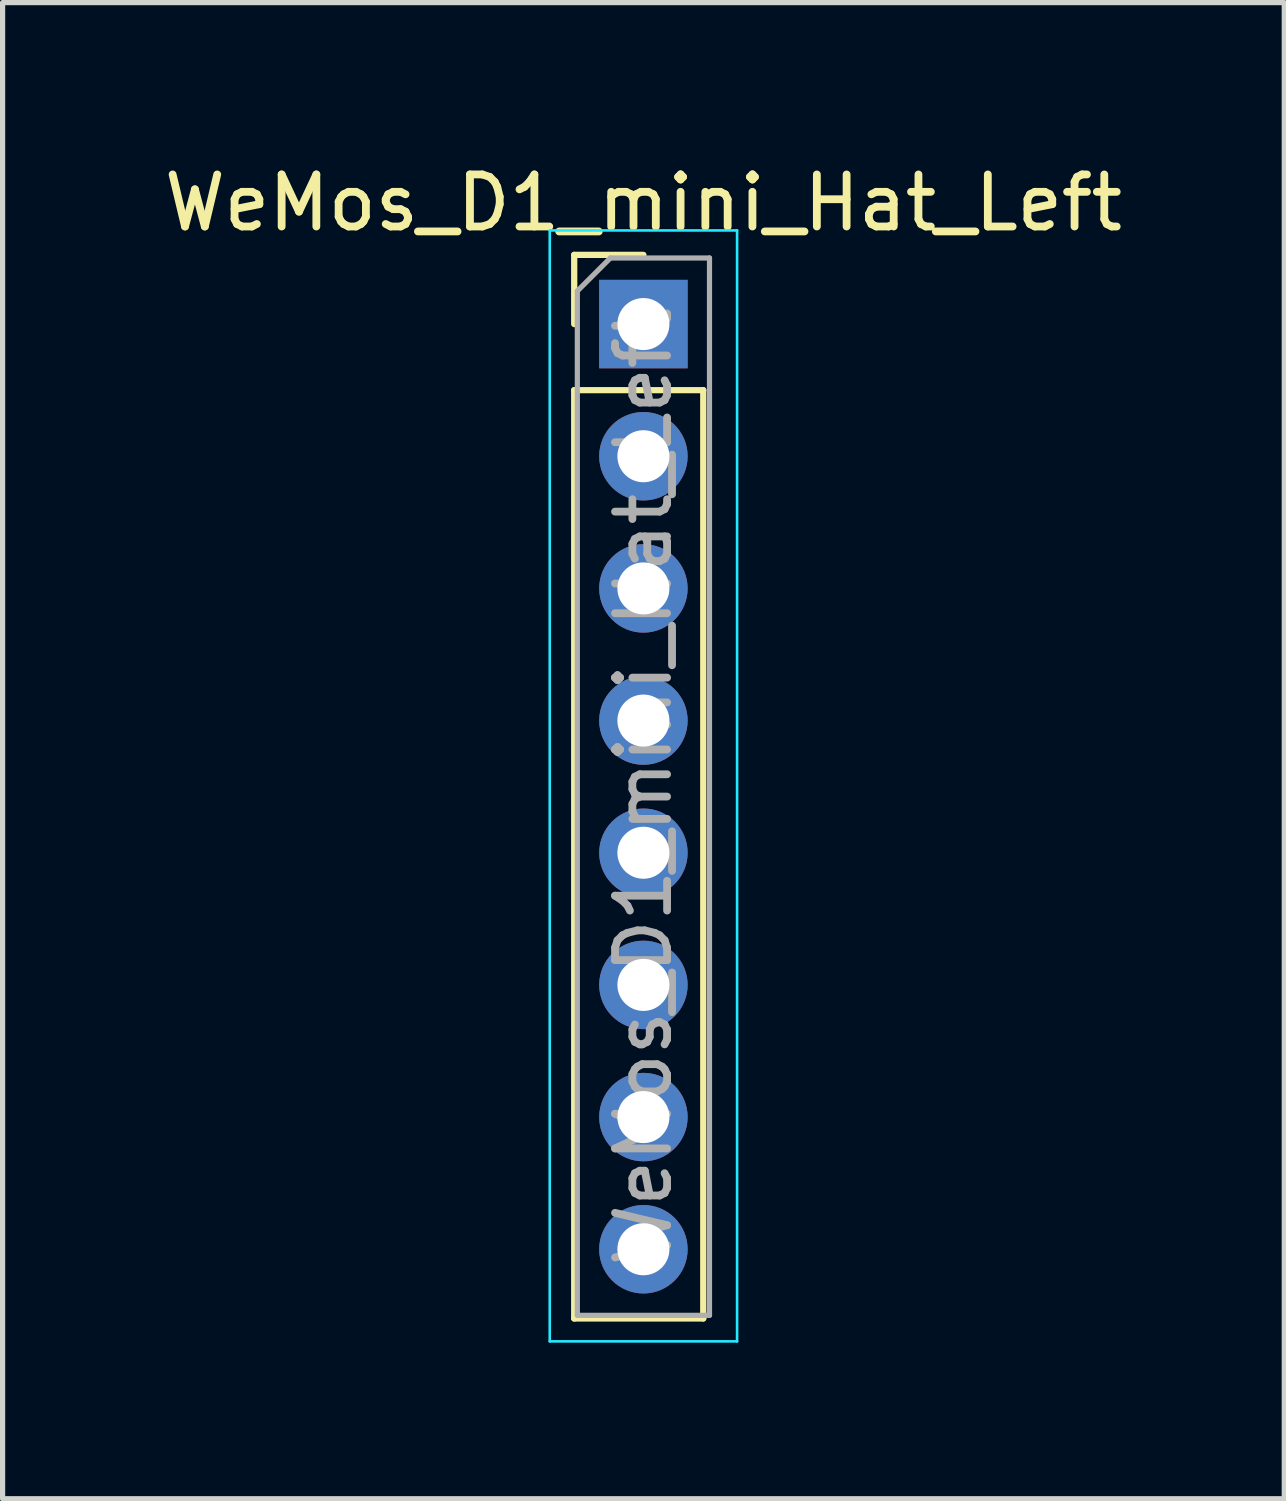
<source format=kicad_pcb>
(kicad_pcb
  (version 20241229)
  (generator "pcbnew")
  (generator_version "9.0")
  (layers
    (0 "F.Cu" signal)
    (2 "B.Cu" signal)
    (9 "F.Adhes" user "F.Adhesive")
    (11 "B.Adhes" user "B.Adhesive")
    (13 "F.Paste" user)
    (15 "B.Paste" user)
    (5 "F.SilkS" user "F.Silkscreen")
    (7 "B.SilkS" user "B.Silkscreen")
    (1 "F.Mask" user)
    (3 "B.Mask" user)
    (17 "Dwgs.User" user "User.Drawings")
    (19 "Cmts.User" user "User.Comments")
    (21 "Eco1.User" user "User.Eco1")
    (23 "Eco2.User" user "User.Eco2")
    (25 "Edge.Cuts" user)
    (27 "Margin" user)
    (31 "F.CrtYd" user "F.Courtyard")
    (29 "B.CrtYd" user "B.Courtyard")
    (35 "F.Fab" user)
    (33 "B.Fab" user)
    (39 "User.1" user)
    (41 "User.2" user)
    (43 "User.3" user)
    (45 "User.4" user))
  (footprint "WeMos_D1_mini_Hat_Left"
    (layer "F.Cu")
    (at 9.315 3.178)
    (property "Reference" "WeMos_D1_mini_Hat_Left" (at 0 -2.33 0) (layer "F.SilkS") (effects (font (size 1 1) (thickness 0.15))))
    (attr through_hole)
    (fp_line (start -1.33 -1.33) (end 0 -1.33) (stroke (width 0.12) (type solid)) (layer "F.SilkS"))
    (fp_line (start -1.33 0) (end -1.33 -1.33) (stroke (width 0.12) (type solid)) (layer "F.SilkS"))
    (fp_line (start -1.33 1.27) (end -1.33 19.11) (stroke (width 0.12) (type solid)) (layer "F.SilkS"))
    (fp_line (start -1.33 1.27) (end 1.15 1.27) (stroke (width 0.12) (type solid)) (layer "F.SilkS"))
    (fp_line (start -1.33 19.11) (end 1.15 19.11) (stroke (width 0.12) (type solid)) (layer "F.SilkS"))
    (fp_line (start 1.15 1.27) (end 1.15 19.11) (stroke (width 0.12) (type solid)) (layer "F.SilkS"))
    (fp_line (start -1.8 -1.8) (end 1.8 -1.8) (stroke (width 0.05) (type solid)) (layer "B.CrtYd"))
    (fp_line (start -1.8 19.55) (end -1.8 -1.8) (stroke (width 0.05) (type solid)) (layer "B.CrtYd"))
    (fp_line (start 1.8 -1.8) (end 1.8 19.55) (stroke (width 0.05) (type solid)) (layer "B.CrtYd"))
    (fp_line (start 1.8 19.55) (end -1.8 19.55) (stroke (width 0.05) (type solid)) (layer "B.CrtYd"))
    (fp_line (start -1.27 -0.635) (end -0.635 -1.27) (stroke (width 0.1) (type solid)) (layer "F.Fab"))
    (fp_line (start -1.27 19.05) (end -1.27 -0.635) (stroke (width 0.1) (type solid)) (layer "F.Fab"))
    (fp_line (start -0.635 -1.27) (end 1.27 -1.27) (stroke (width 0.1) (type solid)) (layer "F.Fab"))
    (fp_line (start 1.27 -1.27) (end 1.27 19.05) (stroke (width 0.1) (type solid)) (layer "F.Fab"))
    (fp_line (start 1.27 19.05) (end -1.27 19.05) (stroke (width 0.1) (type solid)) (layer "F.Fab"))
    (fp_text user "${REFERENCE}" (at 0 8.89 90) (layer "F.Fab") (effects (font (size 1 1) (thickness 0.15))))
    (pad "1" thru_hole rect (at 0 0) (size 1.7 1.7) (drill 1) (layers "*.Cu" "*.Mask"))
    (pad "2" thru_hole oval (at 0 2.54) (size 1.7 1.7) (drill 1) (layers "*.Cu" "*.Mask"))
    (pad "3" thru_hole oval (at 0 5.08) (size 1.7 1.7) (drill 1) (layers "*.Cu" "*.Mask"))
    (pad "4" thru_hole oval (at 0 7.62) (size 1.7 1.7) (drill 1) (layers "*.Cu" "*.Mask"))
    (pad "5" thru_hole oval (at 0 10.16) (size 1.7 1.7) (drill 1) (layers "*.Cu" "*.Mask"))
    (pad "6" thru_hole oval (at 0 12.7) (size 1.7 1.7) (drill 1) (layers "*.Cu" "*.Mask"))
    (pad "7" thru_hole oval (at 0 15.24) (size 1.7 1.7) (drill 1) (layers "*.Cu" "*.Mask"))
    (pad "8" thru_hole oval (at 0 17.78) (size 1.7 1.7) (drill 1) (layers "*.Cu" "*.Mask")))
  (gr_rect
    (start -3 -3)
    (end 21.631 25.753)
    (stroke (width 0.1) (type default))
    (fill no)
    (layer "Edge.Cuts")))
</source>
